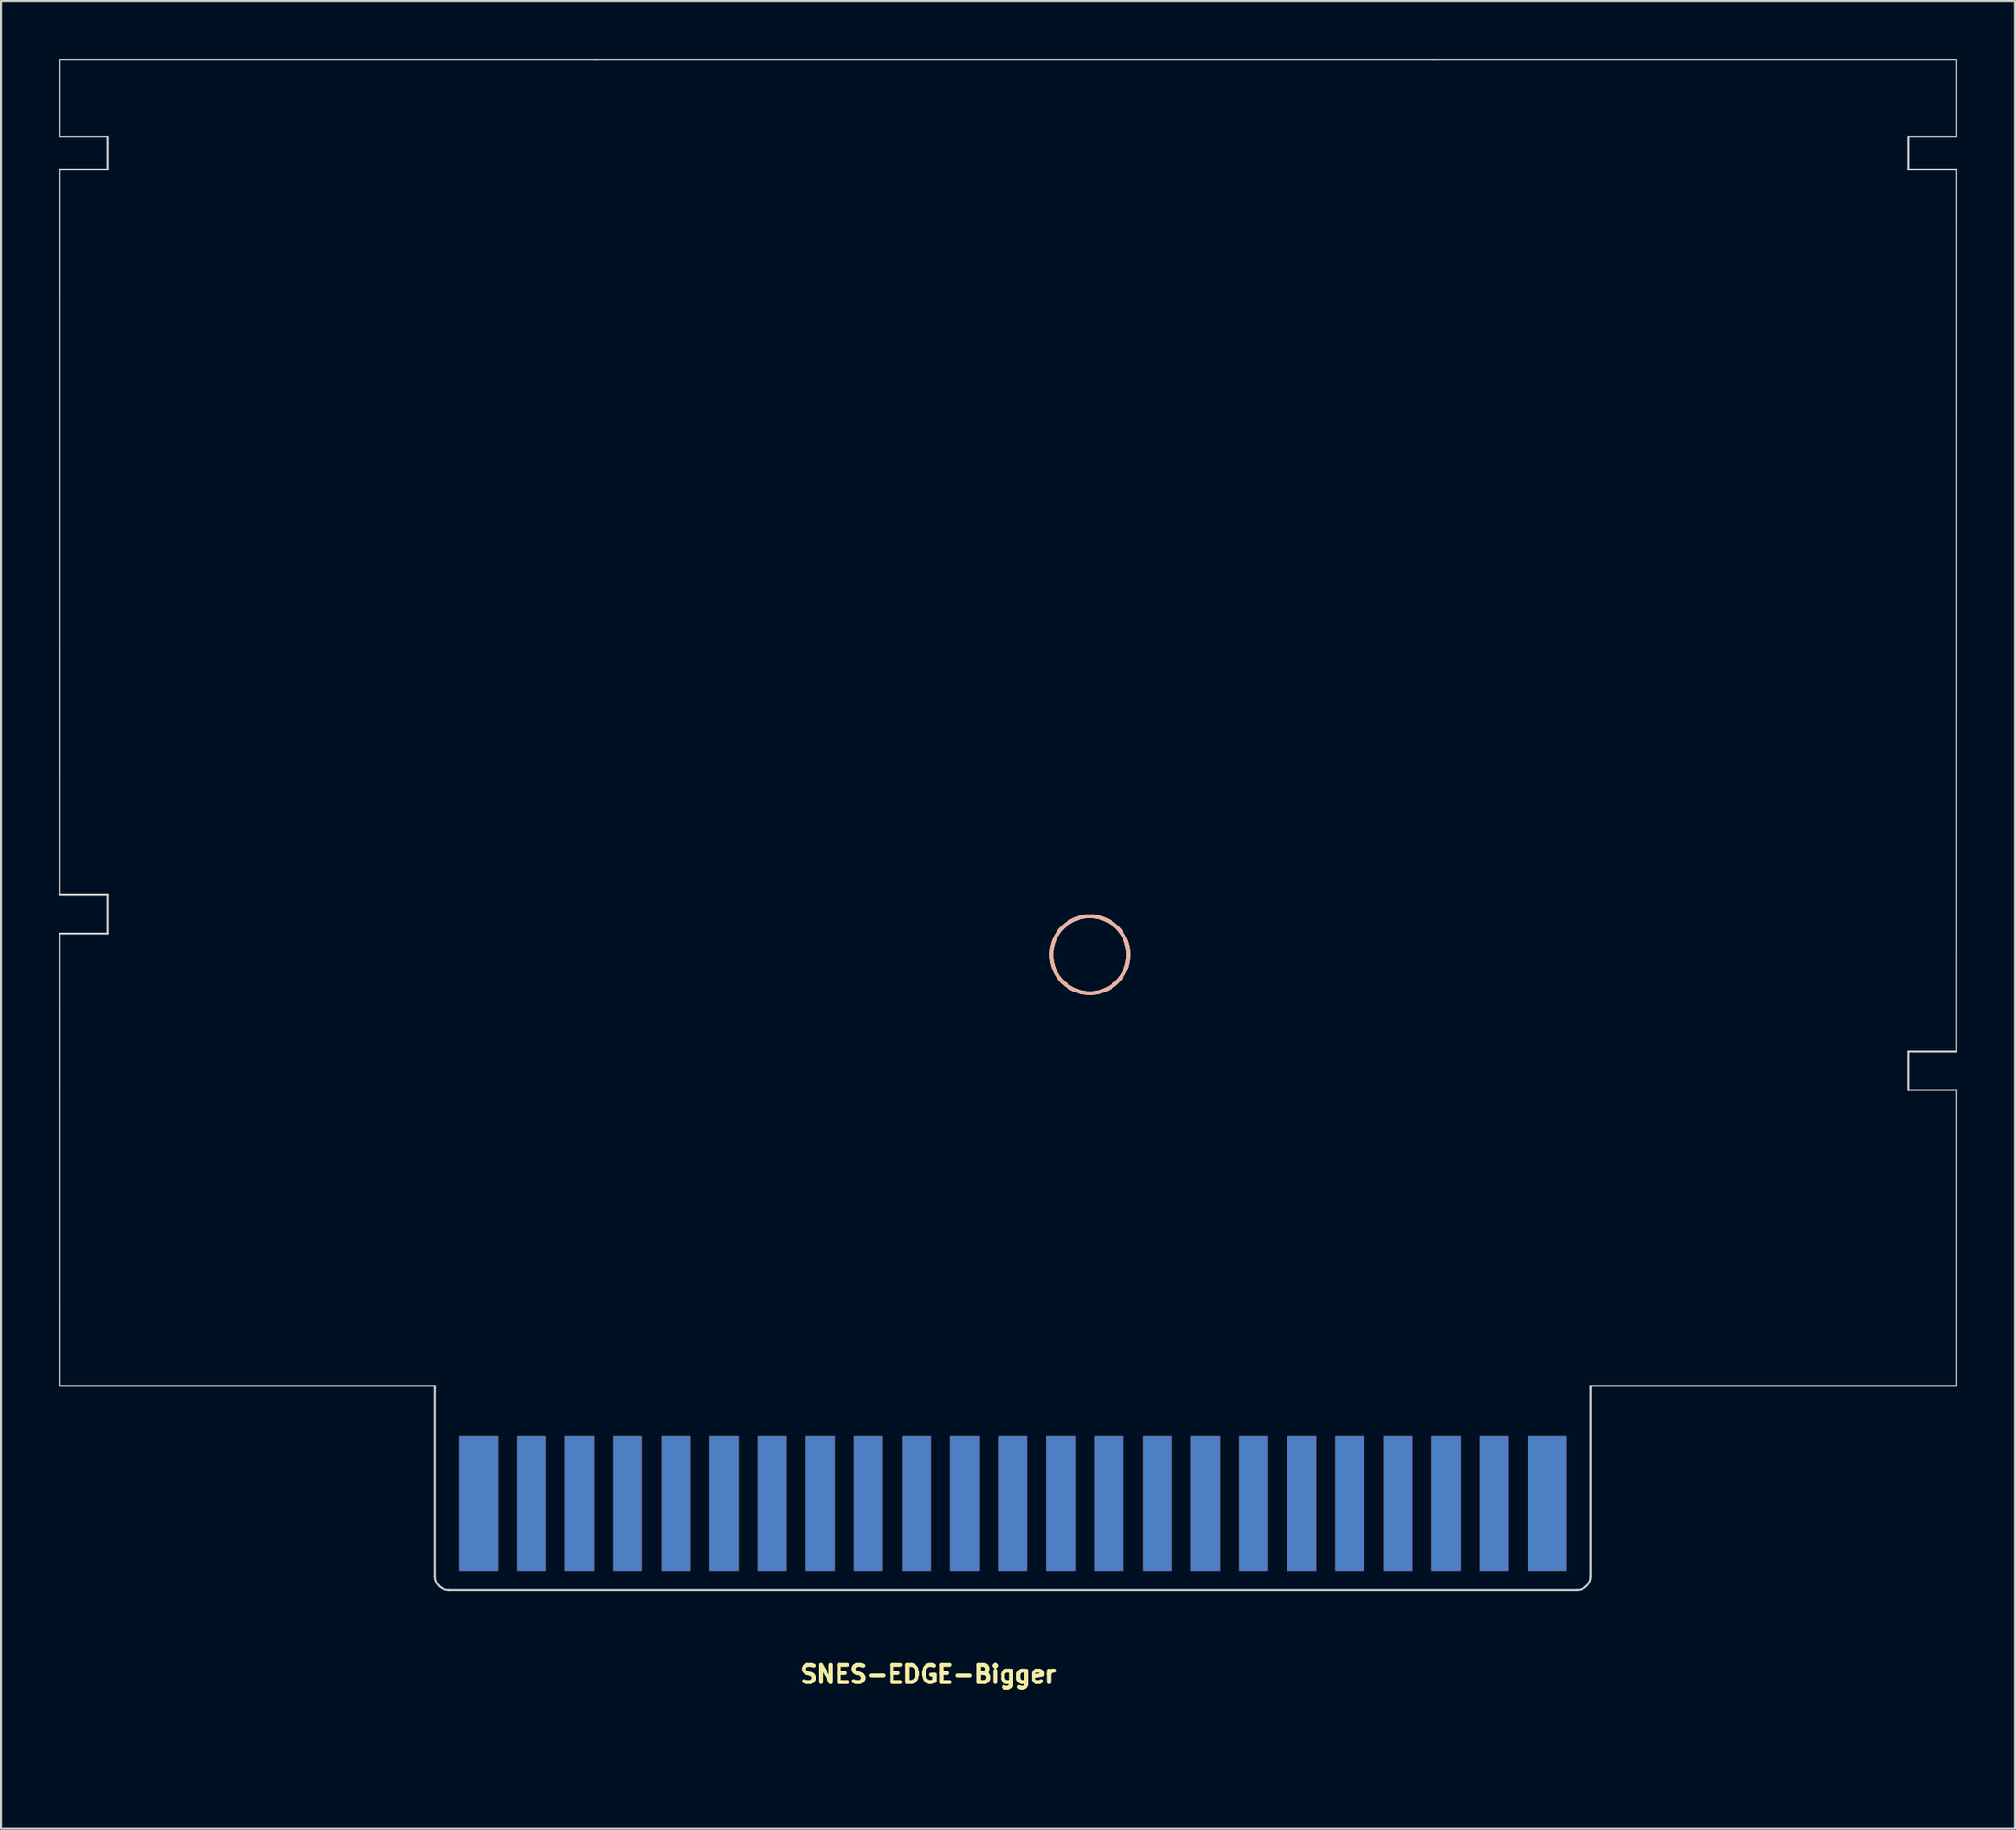
<source format=kicad_pcb>
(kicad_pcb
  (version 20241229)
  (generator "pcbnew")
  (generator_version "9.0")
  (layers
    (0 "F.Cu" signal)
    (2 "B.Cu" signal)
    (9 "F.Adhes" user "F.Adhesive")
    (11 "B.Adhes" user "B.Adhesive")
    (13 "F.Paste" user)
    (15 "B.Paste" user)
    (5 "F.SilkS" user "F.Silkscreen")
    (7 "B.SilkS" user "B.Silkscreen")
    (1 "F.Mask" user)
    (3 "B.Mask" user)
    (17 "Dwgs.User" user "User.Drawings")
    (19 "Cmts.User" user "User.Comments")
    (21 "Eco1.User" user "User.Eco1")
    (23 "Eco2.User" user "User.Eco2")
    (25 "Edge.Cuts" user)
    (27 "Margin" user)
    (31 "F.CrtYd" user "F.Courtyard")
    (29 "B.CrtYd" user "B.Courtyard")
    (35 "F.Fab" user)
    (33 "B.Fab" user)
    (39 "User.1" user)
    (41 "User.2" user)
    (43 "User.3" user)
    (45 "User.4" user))
  (footprint "SNES-EDGE-Bigger"
    (layer "F.Cu")
    (at 44.216 88.712)
    (property "Reference" "SNES-EDGE-Bigger" (at 0.94 -4.775 0) (layer "F.SilkS") (effects (font (size 0.889 0.889) (thickness 0.203))))
    (attr through_hole)
    (fp_circle (center 9.335 -42.164) (end 11.333 -42.164) (stroke (width 0.191) (type solid)) (fill no) (layer "F.SilkS"))
    (fp_circle (center 9.335 -42.164) (end 11.333 -42.164) (stroke (width 0.191) (type solid)) (fill no) (layer "B.SilkS"))
    (fp_line (start -44.166 -88.661) (end -44.166 -84.661) (stroke (width 0.102) (type solid)) (layer "Edge.Cuts"))
    (fp_line (start -44.166 -88.661) (end -16.317 -88.661) (stroke (width 0.102) (type solid)) (layer "Edge.Cuts"))
    (fp_line (start -44.166 -84.661) (end -41.666 -84.661) (stroke (width 0.102) (type solid)) (layer "Edge.Cuts"))
    (fp_line (start -44.166 -82.961) (end -44.165 -45.261) (stroke (width 0.102) (type solid)) (layer "Edge.Cuts"))
    (fp_line (start -44.166 -19.761) (end -44.165 -43.261) (stroke (width 0.102) (type solid)) (layer "Edge.Cuts"))
    (fp_line (start -44.166 -19.761) (end -24.666 -19.761) (stroke (width 0.102) (type solid)) (layer "Edge.Cuts"))
    (fp_line (start -44.165 -45.261) (end -41.666 -45.261) (stroke (width 0.102) (type solid)) (layer "Edge.Cuts"))
    (fp_line (start -41.666 -84.661) (end -41.666 -82.961) (stroke (width 0.102) (type solid)) (layer "Edge.Cuts"))
    (fp_line (start -41.666 -82.961) (end -44.166 -82.961) (stroke (width 0.102) (type solid)) (layer "Edge.Cuts"))
    (fp_line (start -41.666 -45.261) (end -41.666 -43.261) (stroke (width 0.102) (type solid)) (layer "Edge.Cuts"))
    (fp_line (start -41.666 -43.261) (end -44.165 -43.261) (stroke (width 0.102) (type solid)) (layer "Edge.Cuts"))
    (fp_line (start -24.666 -19.761) (end -24.666 -19.66) (stroke (width 0.102) (type solid)) (layer "Edge.Cuts"))
    (fp_line (start -24.666 -9.86) (end -24.666 -19.66) (stroke (width 0.102) (type solid)) (layer "Edge.Cuts"))
    (fp_line (start -23.965 -9.159) (end 34.633 -9.159) (stroke (width 0.102) (type solid)) (layer "Edge.Cuts"))
    (fp_line (start -16.317 -88.661) (end 27.234 -88.661) (stroke (width 0.102) (type solid)) (layer "Edge.Cuts"))
    (fp_line (start 27.234 -88.661) (end 54.333 -88.661) (stroke (width 0.102) (type solid)) (layer "Edge.Cuts"))
    (fp_line (start 35.334 -19.761) (end 54.333 -19.761) (stroke (width 0.102) (type solid)) (layer "Edge.Cuts"))
    (fp_line (start 35.334 -19.66) (end 35.334 -19.761) (stroke (width 0.102) (type solid)) (layer "Edge.Cuts"))
    (fp_line (start 35.334 -9.86) (end 35.334 -19.66) (stroke (width 0.102) (type solid)) (layer "Edge.Cuts"))
    (fp_line (start 51.833 -37.128) (end 54.33 -37.128) (stroke (width 0.102) (type solid)) (layer "Edge.Cuts"))
    (fp_line (start 51.833 -35.128) (end 51.833 -37.128) (stroke (width 0.102) (type solid)) (layer "Edge.Cuts"))
    (fp_line (start 51.834 -84.661) (end 54.333 -84.661) (stroke (width 0.102) (type solid)) (layer "Edge.Cuts"))
    (fp_line (start 51.834 -82.961) (end 51.834 -84.661) (stroke (width 0.102) (type solid)) (layer "Edge.Cuts"))
    (fp_line (start 54.33 -37.128) (end 54.333 -82.961) (stroke (width 0.102) (type solid)) (layer "Edge.Cuts"))
    (fp_line (start 54.333 -35.128) (end 51.833 -35.128) (stroke (width 0.102) (type solid)) (layer "Edge.Cuts"))
    (fp_line (start 54.333 -35.128) (end 54.333 -19.761) (stroke (width 0.102) (type solid)) (layer "Edge.Cuts"))
    (fp_line (start 54.333 -84.661) (end 54.333 -88.661) (stroke (width 0.102) (type solid)) (layer "Edge.Cuts"))
    (fp_line (start 54.333 -82.961) (end 51.834 -82.961) (stroke (width 0.102) (type solid)) (layer "Edge.Cuts"))
    (fp_arc (start -23.9649 -9.15924) (mid -24.46061 -9.36457) (end -24.66594 -9.86028) (stroke (width 0.09906) (type solid)) (layer "Edge.Cuts"))
    (fp_arc (start 35.33394 -9.86028) (mid 35.12861 -9.36457) (end 34.6329 -9.15924) (stroke (width 0.09906) (type solid)) (layer "Edge.Cuts"))
    (pad "" connect rect (at 5.334 -13.16) (size 60 8.001) (layers "*.Mask"))
    (pad "5" connect rect (at -22.416 -13.66) (size 1.999 7) (layers "F.Cu"))
    (pad "6" connect rect (at -19.667 -13.66) (size 1.501 7) (layers "F.Cu"))
    (pad "7" connect rect (at -17.165 -13.66) (size 1.501 7) (layers "F.Cu"))
    (pad "8" connect rect (at -14.666 -13.66) (size 1.501 7) (layers "F.Cu"))
    (pad "9" connect rect (at -12.167 -13.66) (size 1.501 7) (layers "F.Cu"))
    (pad "10" connect rect (at -9.667 -13.66) (size 1.501 7) (layers "F.Cu"))
    (pad "11" connect rect (at -7.165 -13.66) (size 1.501 7) (layers "F.Cu"))
    (pad "12" connect rect (at -4.666 -13.66) (size 1.501 7) (layers "F.Cu"))
    (pad "13" connect rect (at -2.167 -13.66) (size 1.501 7) (layers "F.Cu"))
    (pad "14" connect rect (at 0.333 -13.66) (size 1.501 7) (layers "F.Cu"))
    (pad "15" connect rect (at 2.835 -13.66) (size 1.501 7) (layers "F.Cu"))
    (pad "16" connect rect (at 5.334 -13.66) (size 1.501 7) (layers "F.Cu"))
    (pad "17" connect rect (at 7.833 -13.66) (size 1.501 7) (layers "F.Cu"))
    (pad "18" connect rect (at 10.335 -13.66) (size 1.501 7) (layers "F.Cu"))
    (pad "19" connect rect (at 12.835 -13.66) (size 1.501 7) (layers "F.Cu"))
    (pad "20" connect rect (at 15.334 -13.66) (size 1.501 7) (layers "F.Cu"))
    (pad "21" connect rect (at 17.833 -13.66) (size 1.501 7) (layers "F.Cu"))
    (pad "22" connect rect (at 20.335 -13.66) (size 1.501 7) (layers "F.Cu"))
    (pad "23" connect rect (at 22.835 -13.66) (size 1.501 7) (layers "F.Cu"))
    (pad "24" connect rect (at 25.334 -13.66) (size 1.501 7) (layers "F.Cu"))
    (pad "25" connect rect (at 27.833 -13.66) (size 1.501 7) (layers "F.Cu"))
    (pad "26" connect rect (at 30.335 -13.66) (size 1.501 7) (layers "F.Cu"))
    (pad "27" connect rect (at 33.084 -13.66) (size 1.999 7) (layers "F.Cu"))
    (pad "36" connect rect (at -22.416 -13.66) (size 1.999 7) (layers "B.Cu"))
    (pad "37" connect rect (at -19.667 -13.66) (size 1.501 7) (layers "B.Cu"))
    (pad "38" connect rect (at -17.165 -13.66) (size 1.501 7) (layers "B.Cu"))
    (pad "39" connect rect (at -14.666 -13.66) (size 1.501 7) (layers "B.Cu"))
    (pad "40" connect rect (at -12.167 -13.66) (size 1.501 7) (layers "B.Cu"))
    (pad "41" connect rect (at -9.667 -13.66) (size 1.501 7) (layers "B.Cu"))
    (pad "42" connect rect (at -7.165 -13.66) (size 1.501 7) (layers "B.Cu"))
    (pad "43" connect rect (at -4.666 -13.66) (size 1.501 7) (layers "B.Cu"))
    (pad "44" connect rect (at -2.167 -13.66) (size 1.501 7) (layers "B.Cu"))
    (pad "45" connect rect (at 0.333 -13.66) (size 1.501 7) (layers "B.Cu"))
    (pad "46" connect rect (at 2.835 -13.66) (size 1.501 7) (layers "B.Cu"))
    (pad "47" connect rect (at 5.334 -13.66) (size 1.501 7) (layers "B.Cu"))
    (pad "48" connect rect (at 7.833 -13.66) (size 1.501 7) (layers "B.Cu"))
    (pad "49" connect rect (at 10.335 -13.66) (size 1.501 7) (layers "B.Cu"))
    (pad "50" connect rect (at 12.835 -13.66) (size 1.501 7) (layers "B.Cu"))
    (pad "51" connect rect (at 15.334 -13.66) (size 1.501 7) (layers "B.Cu"))
    (pad "52" connect rect (at 17.833 -13.66) (size 1.501 7) (layers "B.Cu"))
    (pad "53" connect rect (at 20.335 -13.66) (size 1.501 7) (layers "B.Cu"))
    (pad "54" connect rect (at 22.835 -13.66) (size 1.501 7) (layers "B.Cu"))
    (pad "55" connect rect (at 25.334 -13.66) (size 1.501 7) (layers "B.Cu"))
    (pad "56" connect rect (at 27.833 -13.66) (size 1.501 7) (layers "B.Cu"))
    (pad "57" connect rect (at 30.335 -13.66) (size 1.501 7) (layers "B.Cu"))
    (pad "58" connect rect (at 33.084 -13.66) (size 1.999 7) (layers "B.Cu")))
  (gr_rect
    (start -3 -3)
    (end 101.6 91.962)
    (stroke (width 0.1) (type default))
    (fill no)
    (layer "Edge.Cuts")))
</source>
